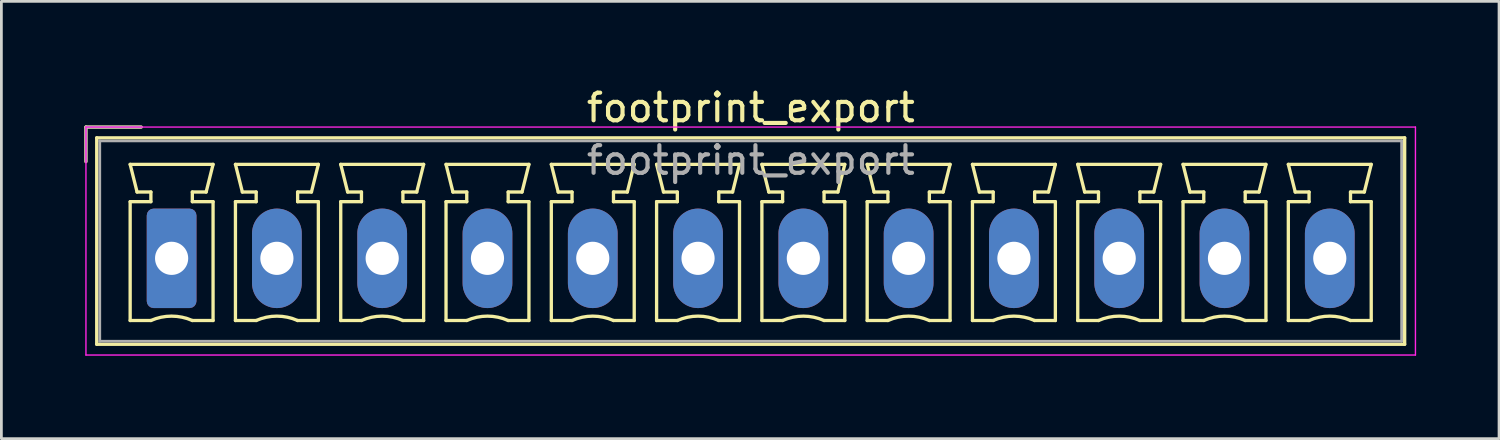
<source format=kicad_pcb>
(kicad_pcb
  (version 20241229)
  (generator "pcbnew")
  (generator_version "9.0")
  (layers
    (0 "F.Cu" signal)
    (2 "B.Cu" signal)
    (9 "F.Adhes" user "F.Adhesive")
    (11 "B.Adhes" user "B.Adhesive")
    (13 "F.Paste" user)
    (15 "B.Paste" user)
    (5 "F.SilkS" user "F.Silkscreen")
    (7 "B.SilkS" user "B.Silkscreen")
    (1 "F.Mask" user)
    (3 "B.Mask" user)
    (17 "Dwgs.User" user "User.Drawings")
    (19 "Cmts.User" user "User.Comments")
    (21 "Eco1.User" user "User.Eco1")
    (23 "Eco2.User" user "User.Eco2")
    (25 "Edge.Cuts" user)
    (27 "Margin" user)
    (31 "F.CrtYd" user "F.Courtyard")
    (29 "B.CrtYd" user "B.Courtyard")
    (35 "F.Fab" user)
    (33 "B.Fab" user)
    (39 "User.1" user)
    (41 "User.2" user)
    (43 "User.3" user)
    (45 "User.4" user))
  (footprint "footprint_export"
    (layer "F.Cu")
    (at 3.16 6.298)
    (property "Reference" "footprint_export" (at 20.96 -5.45 0) (layer "F.SilkS") (effects (font (size 1 1) (thickness 0.15))))
    (attr through_hole)
    (fp_line (start -3.1 -4.75) (end -1.1 -4.75) (stroke (width 0.12) (type solid)) (layer "F.SilkS"))
    (fp_line (start -3.1 -3.5) (end -3.1 -4.75) (stroke (width 0.12) (type solid)) (layer "F.SilkS"))
    (fp_line (start -2.71 -4.36) (end -2.71 3.11) (stroke (width 0.12) (type solid)) (layer "F.SilkS"))
    (fp_line (start -2.71 3.11) (end 44.62 3.11) (stroke (width 0.12) (type solid)) (layer "F.SilkS"))
    (fp_line (start -1.5 -3.4) (end 1.5 -3.4) (stroke (width 0.12) (type solid)) (layer "F.SilkS"))
    (fp_line (start -1.5 -2.05) (end -0.75 -2.05) (stroke (width 0.12) (type solid)) (layer "F.SilkS"))
    (fp_line (start -1.5 2.25) (end -1.5 -2.05) (stroke (width 0.12) (type solid)) (layer "F.SilkS"))
    (fp_line (start -1.25 -2.4) (end -1.5 -3.4) (stroke (width 0.12) (type solid)) (layer "F.SilkS"))
    (fp_line (start -0.75 -2.4) (end -1.25 -2.4) (stroke (width 0.12) (type solid)) (layer "F.SilkS"))
    (fp_line (start -0.75 -2.05) (end -0.75 -2.4) (stroke (width 0.12) (type solid)) (layer "F.SilkS"))
    (fp_line (start -0.75 2.25) (end -1.5 2.25) (stroke (width 0.12) (type solid)) (layer "F.SilkS"))
    (fp_line (start 0.75 -2.4) (end 0.75 -2.05) (stroke (width 0.12) (type solid)) (layer "F.SilkS"))
    (fp_line (start 0.75 -2.05) (end 1.5 -2.05) (stroke (width 0.12) (type solid)) (layer "F.SilkS"))
    (fp_line (start 1.25 -2.4) (end 0.75 -2.4) (stroke (width 0.12) (type solid)) (layer "F.SilkS"))
    (fp_line (start 1.5 -3.4) (end 1.25 -2.4) (stroke (width 0.12) (type solid)) (layer "F.SilkS"))
    (fp_line (start 1.5 -2.05) (end 1.5 2.25) (stroke (width 0.12) (type solid)) (layer "F.SilkS"))
    (fp_line (start 1.5 2.25) (end 0.75 2.25) (stroke (width 0.12) (type solid)) (layer "F.SilkS"))
    (fp_line (start 2.31 -3.4) (end 5.31 -3.4) (stroke (width 0.12) (type solid)) (layer "F.SilkS"))
    (fp_line (start 2.31 -2.05) (end 3.06 -2.05) (stroke (width 0.12) (type solid)) (layer "F.SilkS"))
    (fp_line (start 2.31 2.25) (end 2.31 -2.05) (stroke (width 0.12) (type solid)) (layer "F.SilkS"))
    (fp_line (start 2.56 -2.4) (end 2.31 -3.4) (stroke (width 0.12) (type solid)) (layer "F.SilkS"))
    (fp_line (start 3.06 -2.4) (end 2.56 -2.4) (stroke (width 0.12) (type solid)) (layer "F.SilkS"))
    (fp_line (start 3.06 -2.05) (end 3.06 -2.4) (stroke (width 0.12) (type solid)) (layer "F.SilkS"))
    (fp_line (start 3.06 2.25) (end 2.31 2.25) (stroke (width 0.12) (type solid)) (layer "F.SilkS"))
    (fp_line (start 4.56 -2.4) (end 4.56 -2.05) (stroke (width 0.12) (type solid)) (layer "F.SilkS"))
    (fp_line (start 4.56 -2.05) (end 5.31 -2.05) (stroke (width 0.12) (type solid)) (layer "F.SilkS"))
    (fp_line (start 5.06 -2.4) (end 4.56 -2.4) (stroke (width 0.12) (type solid)) (layer "F.SilkS"))
    (fp_line (start 5.31 -3.4) (end 5.06 -2.4) (stroke (width 0.12) (type solid)) (layer "F.SilkS"))
    (fp_line (start 5.31 -2.05) (end 5.31 2.25) (stroke (width 0.12) (type solid)) (layer "F.SilkS"))
    (fp_line (start 5.31 2.25) (end 4.56 2.25) (stroke (width 0.12) (type solid)) (layer "F.SilkS"))
    (fp_line (start 6.12 -3.4) (end 9.12 -3.4) (stroke (width 0.12) (type solid)) (layer "F.SilkS"))
    (fp_line (start 6.12 -2.05) (end 6.87 -2.05) (stroke (width 0.12) (type solid)) (layer "F.SilkS"))
    (fp_line (start 6.12 2.25) (end 6.12 -2.05) (stroke (width 0.12) (type solid)) (layer "F.SilkS"))
    (fp_line (start 6.37 -2.4) (end 6.12 -3.4) (stroke (width 0.12) (type solid)) (layer "F.SilkS"))
    (fp_line (start 6.87 -2.4) (end 6.37 -2.4) (stroke (width 0.12) (type solid)) (layer "F.SilkS"))
    (fp_line (start 6.87 -2.05) (end 6.87 -2.4) (stroke (width 0.12) (type solid)) (layer "F.SilkS"))
    (fp_line (start 6.87 2.25) (end 6.12 2.25) (stroke (width 0.12) (type solid)) (layer "F.SilkS"))
    (fp_line (start 8.37 -2.4) (end 8.37 -2.05) (stroke (width 0.12) (type solid)) (layer "F.SilkS"))
    (fp_line (start 8.37 -2.05) (end 9.12 -2.05) (stroke (width 0.12) (type solid)) (layer "F.SilkS"))
    (fp_line (start 8.87 -2.4) (end 8.37 -2.4) (stroke (width 0.12) (type solid)) (layer "F.SilkS"))
    (fp_line (start 9.12 -3.4) (end 8.87 -2.4) (stroke (width 0.12) (type solid)) (layer "F.SilkS"))
    (fp_line (start 9.12 -2.05) (end 9.12 2.25) (stroke (width 0.12) (type solid)) (layer "F.SilkS"))
    (fp_line (start 9.12 2.25) (end 8.37 2.25) (stroke (width 0.12) (type solid)) (layer "F.SilkS"))
    (fp_line (start 9.93 -3.4) (end 12.93 -3.4) (stroke (width 0.12) (type solid)) (layer "F.SilkS"))
    (fp_line (start 9.93 -2.05) (end 10.68 -2.05) (stroke (width 0.12) (type solid)) (layer "F.SilkS"))
    (fp_line (start 9.93 2.25) (end 9.93 -2.05) (stroke (width 0.12) (type solid)) (layer "F.SilkS"))
    (fp_line (start 10.18 -2.4) (end 9.93 -3.4) (stroke (width 0.12) (type solid)) (layer "F.SilkS"))
    (fp_line (start 10.68 -2.4) (end 10.18 -2.4) (stroke (width 0.12) (type solid)) (layer "F.SilkS"))
    (fp_line (start 10.68 -2.05) (end 10.68 -2.4) (stroke (width 0.12) (type solid)) (layer "F.SilkS"))
    (fp_line (start 10.68 2.25) (end 9.93 2.25) (stroke (width 0.12) (type solid)) (layer "F.SilkS"))
    (fp_line (start 12.18 -2.4) (end 12.18 -2.05) (stroke (width 0.12) (type solid)) (layer "F.SilkS"))
    (fp_line (start 12.18 -2.05) (end 12.93 -2.05) (stroke (width 0.12) (type solid)) (layer "F.SilkS"))
    (fp_line (start 12.68 -2.4) (end 12.18 -2.4) (stroke (width 0.12) (type solid)) (layer "F.SilkS"))
    (fp_line (start 12.93 -3.4) (end 12.68 -2.4) (stroke (width 0.12) (type solid)) (layer "F.SilkS"))
    (fp_line (start 12.93 -2.05) (end 12.93 2.25) (stroke (width 0.12) (type solid)) (layer "F.SilkS"))
    (fp_line (start 12.93 2.25) (end 12.18 2.25) (stroke (width 0.12) (type solid)) (layer "F.SilkS"))
    (fp_line (start 13.74 -3.4) (end 16.74 -3.4) (stroke (width 0.12) (type solid)) (layer "F.SilkS"))
    (fp_line (start 13.74 -2.05) (end 14.49 -2.05) (stroke (width 0.12) (type solid)) (layer "F.SilkS"))
    (fp_line (start 13.74 2.25) (end 13.74 -2.05) (stroke (width 0.12) (type solid)) (layer "F.SilkS"))
    (fp_line (start 13.99 -2.4) (end 13.74 -3.4) (stroke (width 0.12) (type solid)) (layer "F.SilkS"))
    (fp_line (start 14.49 -2.4) (end 13.99 -2.4) (stroke (width 0.12) (type solid)) (layer "F.SilkS"))
    (fp_line (start 14.49 -2.05) (end 14.49 -2.4) (stroke (width 0.12) (type solid)) (layer "F.SilkS"))
    (fp_line (start 14.49 2.25) (end 13.74 2.25) (stroke (width 0.12) (type solid)) (layer "F.SilkS"))
    (fp_line (start 15.99 -2.4) (end 15.99 -2.05) (stroke (width 0.12) (type solid)) (layer "F.SilkS"))
    (fp_line (start 15.99 -2.05) (end 16.74 -2.05) (stroke (width 0.12) (type solid)) (layer "F.SilkS"))
    (fp_line (start 16.49 -2.4) (end 15.99 -2.4) (stroke (width 0.12) (type solid)) (layer "F.SilkS"))
    (fp_line (start 16.74 -3.4) (end 16.49 -2.4) (stroke (width 0.12) (type solid)) (layer "F.SilkS"))
    (fp_line (start 16.74 -2.05) (end 16.74 2.25) (stroke (width 0.12) (type solid)) (layer "F.SilkS"))
    (fp_line (start 16.74 2.25) (end 15.99 2.25) (stroke (width 0.12) (type solid)) (layer "F.SilkS"))
    (fp_line (start 17.55 -3.4) (end 20.55 -3.4) (stroke (width 0.12) (type solid)) (layer "F.SilkS"))
    (fp_line (start 17.55 -2.05) (end 18.3 -2.05) (stroke (width 0.12) (type solid)) (layer "F.SilkS"))
    (fp_line (start 17.55 2.25) (end 17.55 -2.05) (stroke (width 0.12) (type solid)) (layer "F.SilkS"))
    (fp_line (start 17.8 -2.4) (end 17.55 -3.4) (stroke (width 0.12) (type solid)) (layer "F.SilkS"))
    (fp_line (start 18.3 -2.4) (end 17.8 -2.4) (stroke (width 0.12) (type solid)) (layer "F.SilkS"))
    (fp_line (start 18.3 -2.05) (end 18.3 -2.4) (stroke (width 0.12) (type solid)) (layer "F.SilkS"))
    (fp_line (start 18.3 2.25) (end 17.55 2.25) (stroke (width 0.12) (type solid)) (layer "F.SilkS"))
    (fp_line (start 19.8 -2.4) (end 19.8 -2.05) (stroke (width 0.12) (type solid)) (layer "F.SilkS"))
    (fp_line (start 19.8 -2.05) (end 20.55 -2.05) (stroke (width 0.12) (type solid)) (layer "F.SilkS"))
    (fp_line (start 20.3 -2.4) (end 19.8 -2.4) (stroke (width 0.12) (type solid)) (layer "F.SilkS"))
    (fp_line (start 20.55 -3.4) (end 20.3 -2.4) (stroke (width 0.12) (type solid)) (layer "F.SilkS"))
    (fp_line (start 20.55 -2.05) (end 20.55 2.25) (stroke (width 0.12) (type solid)) (layer "F.SilkS"))
    (fp_line (start 20.55 2.25) (end 19.8 2.25) (stroke (width 0.12) (type solid)) (layer "F.SilkS"))
    (fp_line (start 21.36 -3.4) (end 24.36 -3.4) (stroke (width 0.12) (type solid)) (layer "F.SilkS"))
    (fp_line (start 21.36 -2.05) (end 22.11 -2.05) (stroke (width 0.12) (type solid)) (layer "F.SilkS"))
    (fp_line (start 21.36 2.25) (end 21.36 -2.05) (stroke (width 0.12) (type solid)) (layer "F.SilkS"))
    (fp_line (start 21.61 -2.4) (end 21.36 -3.4) (stroke (width 0.12) (type solid)) (layer "F.SilkS"))
    (fp_line (start 22.11 -2.4) (end 21.61 -2.4) (stroke (width 0.12) (type solid)) (layer "F.SilkS"))
    (fp_line (start 22.11 -2.05) (end 22.11 -2.4) (stroke (width 0.12) (type solid)) (layer "F.SilkS"))
    (fp_line (start 22.11 2.25) (end 21.36 2.25) (stroke (width 0.12) (type solid)) (layer "F.SilkS"))
    (fp_line (start 23.61 -2.4) (end 23.61 -2.05) (stroke (width 0.12) (type solid)) (layer "F.SilkS"))
    (fp_line (start 23.61 -2.05) (end 24.36 -2.05) (stroke (width 0.12) (type solid)) (layer "F.SilkS"))
    (fp_line (start 24.11 -2.4) (end 23.61 -2.4) (stroke (width 0.12) (type solid)) (layer "F.SilkS"))
    (fp_line (start 24.36 -3.4) (end 24.11 -2.4) (stroke (width 0.12) (type solid)) (layer "F.SilkS"))
    (fp_line (start 24.36 -2.05) (end 24.36 2.25) (stroke (width 0.12) (type solid)) (layer "F.SilkS"))
    (fp_line (start 24.36 2.25) (end 23.61 2.25) (stroke (width 0.12) (type solid)) (layer "F.SilkS"))
    (fp_line (start 25.17 -3.4) (end 28.17 -3.4) (stroke (width 0.12) (type solid)) (layer "F.SilkS"))
    (fp_line (start 25.17 -2.05) (end 25.92 -2.05) (stroke (width 0.12) (type solid)) (layer "F.SilkS"))
    (fp_line (start 25.17 2.25) (end 25.17 -2.05) (stroke (width 0.12) (type solid)) (layer "F.SilkS"))
    (fp_line (start 25.42 -2.4) (end 25.17 -3.4) (stroke (width 0.12) (type solid)) (layer "F.SilkS"))
    (fp_line (start 25.92 -2.4) (end 25.42 -2.4) (stroke (width 0.12) (type solid)) (layer "F.SilkS"))
    (fp_line (start 25.92 -2.05) (end 25.92 -2.4) (stroke (width 0.12) (type solid)) (layer "F.SilkS"))
    (fp_line (start 25.92 2.25) (end 25.17 2.25) (stroke (width 0.12) (type solid)) (layer "F.SilkS"))
    (fp_line (start 27.42 -2.4) (end 27.42 -2.05) (stroke (width 0.12) (type solid)) (layer "F.SilkS"))
    (fp_line (start 27.42 -2.05) (end 28.17 -2.05) (stroke (width 0.12) (type solid)) (layer "F.SilkS"))
    (fp_line (start 27.92 -2.4) (end 27.42 -2.4) (stroke (width 0.12) (type solid)) (layer "F.SilkS"))
    (fp_line (start 28.17 -3.4) (end 27.92 -2.4) (stroke (width 0.12) (type solid)) (layer "F.SilkS"))
    (fp_line (start 28.17 -2.05) (end 28.17 2.25) (stroke (width 0.12) (type solid)) (layer "F.SilkS"))
    (fp_line (start 28.17 2.25) (end 27.42 2.25) (stroke (width 0.12) (type solid)) (layer "F.SilkS"))
    (fp_line (start 28.98 -3.4) (end 31.98 -3.4) (stroke (width 0.12) (type solid)) (layer "F.SilkS"))
    (fp_line (start 28.98 -2.05) (end 29.73 -2.05) (stroke (width 0.12) (type solid)) (layer "F.SilkS"))
    (fp_line (start 28.98 2.25) (end 28.98 -2.05) (stroke (width 0.12) (type solid)) (layer "F.SilkS"))
    (fp_line (start 29.23 -2.4) (end 28.98 -3.4) (stroke (width 0.12) (type solid)) (layer "F.SilkS"))
    (fp_line (start 29.73 -2.4) (end 29.23 -2.4) (stroke (width 0.12) (type solid)) (layer "F.SilkS"))
    (fp_line (start 29.73 -2.05) (end 29.73 -2.4) (stroke (width 0.12) (type solid)) (layer "F.SilkS"))
    (fp_line (start 29.73 2.25) (end 28.98 2.25) (stroke (width 0.12) (type solid)) (layer "F.SilkS"))
    (fp_line (start 31.23 -2.4) (end 31.23 -2.05) (stroke (width 0.12) (type solid)) (layer "F.SilkS"))
    (fp_line (start 31.23 -2.05) (end 31.98 -2.05) (stroke (width 0.12) (type solid)) (layer "F.SilkS"))
    (fp_line (start 31.73 -2.4) (end 31.23 -2.4) (stroke (width 0.12) (type solid)) (layer "F.SilkS"))
    (fp_line (start 31.98 -3.4) (end 31.73 -2.4) (stroke (width 0.12) (type solid)) (layer "F.SilkS"))
    (fp_line (start 31.98 -2.05) (end 31.98 2.25) (stroke (width 0.12) (type solid)) (layer "F.SilkS"))
    (fp_line (start 31.98 2.25) (end 31.23 2.25) (stroke (width 0.12) (type solid)) (layer "F.SilkS"))
    (fp_line (start 32.79 -3.4) (end 35.79 -3.4) (stroke (width 0.12) (type solid)) (layer "F.SilkS"))
    (fp_line (start 32.79 -2.05) (end 33.54 -2.05) (stroke (width 0.12) (type solid)) (layer "F.SilkS"))
    (fp_line (start 32.79 2.25) (end 32.79 -2.05) (stroke (width 0.12) (type solid)) (layer "F.SilkS"))
    (fp_line (start 33.04 -2.4) (end 32.79 -3.4) (stroke (width 0.12) (type solid)) (layer "F.SilkS"))
    (fp_line (start 33.54 -2.4) (end 33.04 -2.4) (stroke (width 0.12) (type solid)) (layer "F.SilkS"))
    (fp_line (start 33.54 -2.05) (end 33.54 -2.4) (stroke (width 0.12) (type solid)) (layer "F.SilkS"))
    (fp_line (start 33.54 2.25) (end 32.79 2.25) (stroke (width 0.12) (type solid)) (layer "F.SilkS"))
    (fp_line (start 35.04 -2.4) (end 35.04 -2.05) (stroke (width 0.12) (type solid)) (layer "F.SilkS"))
    (fp_line (start 35.04 -2.05) (end 35.79 -2.05) (stroke (width 0.12) (type solid)) (layer "F.SilkS"))
    (fp_line (start 35.54 -2.4) (end 35.04 -2.4) (stroke (width 0.12) (type solid)) (layer "F.SilkS"))
    (fp_line (start 35.79 -3.4) (end 35.54 -2.4) (stroke (width 0.12) (type solid)) (layer "F.SilkS"))
    (fp_line (start 35.79 -2.05) (end 35.79 2.25) (stroke (width 0.12) (type solid)) (layer "F.SilkS"))
    (fp_line (start 35.79 2.25) (end 35.04 2.25) (stroke (width 0.12) (type solid)) (layer "F.SilkS"))
    (fp_line (start 36.6 -3.4) (end 39.6 -3.4) (stroke (width 0.12) (type solid)) (layer "F.SilkS"))
    (fp_line (start 36.6 -2.05) (end 37.35 -2.05) (stroke (width 0.12) (type solid)) (layer "F.SilkS"))
    (fp_line (start 36.6 2.25) (end 36.6 -2.05) (stroke (width 0.12) (type solid)) (layer "F.SilkS"))
    (fp_line (start 36.85 -2.4) (end 36.6 -3.4) (stroke (width 0.12) (type solid)) (layer "F.SilkS"))
    (fp_line (start 37.35 -2.4) (end 36.85 -2.4) (stroke (width 0.12) (type solid)) (layer "F.SilkS"))
    (fp_line (start 37.35 -2.05) (end 37.35 -2.4) (stroke (width 0.12) (type solid)) (layer "F.SilkS"))
    (fp_line (start 37.35 2.25) (end 36.6 2.25) (stroke (width 0.12) (type solid)) (layer "F.SilkS"))
    (fp_line (start 38.85 -2.4) (end 38.85 -2.05) (stroke (width 0.12) (type solid)) (layer "F.SilkS"))
    (fp_line (start 38.85 -2.05) (end 39.6 -2.05) (stroke (width 0.12) (type solid)) (layer "F.SilkS"))
    (fp_line (start 39.35 -2.4) (end 38.85 -2.4) (stroke (width 0.12) (type solid)) (layer "F.SilkS"))
    (fp_line (start 39.6 -3.4) (end 39.35 -2.4) (stroke (width 0.12) (type solid)) (layer "F.SilkS"))
    (fp_line (start 39.6 -2.05) (end 39.6 2.25) (stroke (width 0.12) (type solid)) (layer "F.SilkS"))
    (fp_line (start 39.6 2.25) (end 38.85 2.25) (stroke (width 0.12) (type solid)) (layer "F.SilkS"))
    (fp_line (start 40.41 -3.4) (end 43.41 -3.4) (stroke (width 0.12) (type solid)) (layer "F.SilkS"))
    (fp_line (start 40.41 -2.05) (end 41.16 -2.05) (stroke (width 0.12) (type solid)) (layer "F.SilkS"))
    (fp_line (start 40.41 2.25) (end 40.41 -2.05) (stroke (width 0.12) (type solid)) (layer "F.SilkS"))
    (fp_line (start 40.66 -2.4) (end 40.41 -3.4) (stroke (width 0.12) (type solid)) (layer "F.SilkS"))
    (fp_line (start 41.16 -2.4) (end 40.66 -2.4) (stroke (width 0.12) (type solid)) (layer "F.SilkS"))
    (fp_line (start 41.16 -2.05) (end 41.16 -2.4) (stroke (width 0.12) (type solid)) (layer "F.SilkS"))
    (fp_line (start 41.16 2.25) (end 40.41 2.25) (stroke (width 0.12) (type solid)) (layer "F.SilkS"))
    (fp_line (start 42.66 -2.4) (end 42.66 -2.05) (stroke (width 0.12) (type solid)) (layer "F.SilkS"))
    (fp_line (start 42.66 -2.05) (end 43.41 -2.05) (stroke (width 0.12) (type solid)) (layer "F.SilkS"))
    (fp_line (start 43.16 -2.4) (end 42.66 -2.4) (stroke (width 0.12) (type solid)) (layer "F.SilkS"))
    (fp_line (start 43.41 -3.4) (end 43.16 -2.4) (stroke (width 0.12) (type solid)) (layer "F.SilkS"))
    (fp_line (start 43.41 -2.05) (end 43.41 2.25) (stroke (width 0.12) (type solid)) (layer "F.SilkS"))
    (fp_line (start 43.41 2.25) (end 42.66 2.25) (stroke (width 0.12) (type solid)) (layer "F.SilkS"))
    (fp_line (start 44.62 -4.36) (end -2.71 -4.36) (stroke (width 0.12) (type solid)) (layer "F.SilkS"))
    (fp_line (start 44.62 3.11) (end 44.62 -4.36) (stroke (width 0.12) (type solid)) (layer "F.SilkS"))
    (fp_arc (start -0.75 2.25) (mid -0.000193 2.09191) (end 0.749647 2.249844) (stroke (width 0.12) (type solid)) (layer "F.SilkS"))
    (fp_arc (start 3.06 2.25) (mid 3.809807 2.09191) (end 4.559647 2.249844) (stroke (width 0.12) (type solid)) (layer "F.SilkS"))
    (fp_arc (start 6.87 2.25) (mid 7.619807 2.09191) (end 8.369647 2.249844) (stroke (width 0.12) (type solid)) (layer "F.SilkS"))
    (fp_arc (start 10.68 2.25) (mid 11.429807 2.09191) (end 12.179647 2.249844) (stroke (width 0.12) (type solid)) (layer "F.SilkS"))
    (fp_arc (start 14.49 2.25) (mid 15.239807 2.09191) (end 15.989647 2.249844) (stroke (width 0.12) (type solid)) (layer "F.SilkS"))
    (fp_arc (start 18.3 2.25) (mid 19.049807 2.09191) (end 19.799647 2.249844) (stroke (width 0.12) (type solid)) (layer "F.SilkS"))
    (fp_arc (start 22.11 2.25) (mid 22.859807 2.09191) (end 23.609647 2.249844) (stroke (width 0.12) (type solid)) (layer "F.SilkS"))
    (fp_arc (start 25.92 2.25) (mid 26.669807 2.09191) (end 27.419647 2.249844) (stroke (width 0.12) (type solid)) (layer "F.SilkS"))
    (fp_arc (start 29.73 2.25) (mid 30.479807 2.09191) (end 31.229647 2.249844) (stroke (width 0.12) (type solid)) (layer "F.SilkS"))
    (fp_arc (start 33.54 2.25) (mid 34.289807 2.09191) (end 35.039647 2.249844) (stroke (width 0.12) (type solid)) (layer "F.SilkS"))
    (fp_arc (start 37.35 2.25) (mid 38.099807 2.09191) (end 38.849647 2.249844) (stroke (width 0.12) (type solid)) (layer "F.SilkS"))
    (fp_arc (start 41.16 2.25) (mid 41.909807 2.09191) (end 42.659647 2.249844) (stroke (width 0.12) (type solid)) (layer "F.SilkS"))
    (fp_line (start -3.1 -4.75) (end -3.1 3.5) (stroke (width 0.05) (type solid)) (layer "F.CrtYd"))
    (fp_line (start -3.1 3.5) (end 45.01 3.5) (stroke (width 0.05) (type solid)) (layer "F.CrtYd"))
    (fp_line (start 45.01 -4.75) (end -3.1 -4.75) (stroke (width 0.05) (type solid)) (layer "F.CrtYd"))
    (fp_line (start 45.01 3.5) (end 45.01 -4.75) (stroke (width 0.05) (type solid)) (layer "F.CrtYd"))
    (fp_line (start -3.1 -4.75) (end -1.1 -4.75) (stroke (width 0.1) (type solid)) (layer "F.Fab"))
    (fp_line (start -3.1 -3.5) (end -3.1 -4.75) (stroke (width 0.1) (type solid)) (layer "F.Fab"))
    (fp_line (start -2.6 -4.25) (end -2.6 3) (stroke (width 0.1) (type solid)) (layer "F.Fab"))
    (fp_line (start -2.6 3) (end 44.51 3) (stroke (width 0.1) (type solid)) (layer "F.Fab"))
    (fp_line (start 44.51 -4.25) (end -2.6 -4.25) (stroke (width 0.1) (type solid)) (layer "F.Fab"))
    (fp_line (start 44.51 3) (end 44.51 -4.25) (stroke (width 0.1) (type solid)) (layer "F.Fab"))
    (fp_text user "${REFERENCE}" (at 20.96 -3.55 0) (layer "F.Fab") (effects (font (size 1 1) (thickness 0.15))))
    (pad "1" thru_hole roundrect (at 0 0) (size 1.8 3.6) (drill 1.2) (layers "*.Cu" "*.Mask") (roundrect_rratio 0.139))
    (pad "2" thru_hole oval (at 3.81 0) (size 1.8 3.6) (drill 1.2) (layers "*.Cu" "*.Mask"))
    (pad "3" thru_hole oval (at 7.62 0) (size 1.8 3.6) (drill 1.2) (layers "*.Cu" "*.Mask"))
    (pad "4" thru_hole oval (at 11.43 0) (size 1.8 3.6) (drill 1.2) (layers "*.Cu" "*.Mask"))
    (pad "5" thru_hole oval (at 15.24 0) (size 1.8 3.6) (drill 1.2) (layers "*.Cu" "*.Mask"))
    (pad "6" thru_hole oval (at 19.05 0) (size 1.8 3.6) (drill 1.2) (layers "*.Cu" "*.Mask"))
    (pad "7" thru_hole oval (at 22.86 0) (size 1.8 3.6) (drill 1.2) (layers "*.Cu" "*.Mask"))
    (pad "8" thru_hole oval (at 26.67 0) (size 1.8 3.6) (drill 1.2) (layers "*.Cu" "*.Mask"))
    (pad "9" thru_hole oval (at 30.48 0) (size 1.8 3.6) (drill 1.2) (layers "*.Cu" "*.Mask"))
    (pad "10" thru_hole oval (at 34.29 0) (size 1.8 3.6) (drill 1.2) (layers "*.Cu" "*.Mask"))
    (pad "11" thru_hole oval (at 38.1 0) (size 1.8 3.6) (drill 1.2) (layers "*.Cu" "*.Mask"))
    (pad "12" thru_hole oval (at 41.91 0) (size 1.8 3.6) (drill 1.2) (layers "*.Cu" "*.Mask")))
  (gr_rect
    (start -3 -3)
    (end 51.195 12.823)
    (stroke (width 0.1) (type default))
    (fill no)
    (layer "Edge.Cuts")))
</source>
